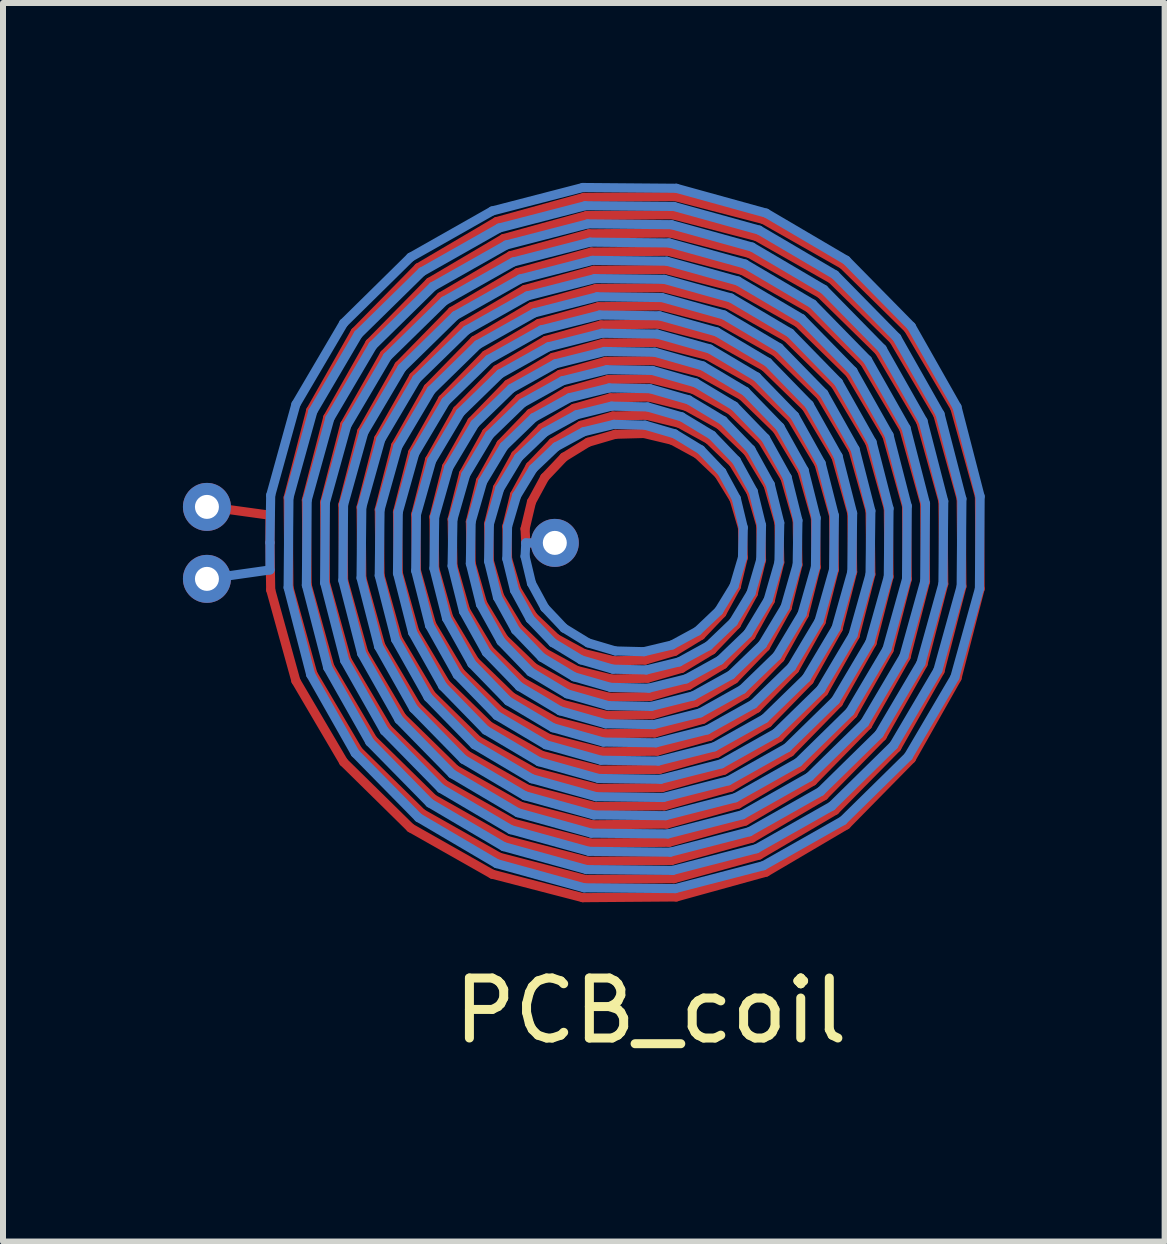
<source format=kicad_pcb>
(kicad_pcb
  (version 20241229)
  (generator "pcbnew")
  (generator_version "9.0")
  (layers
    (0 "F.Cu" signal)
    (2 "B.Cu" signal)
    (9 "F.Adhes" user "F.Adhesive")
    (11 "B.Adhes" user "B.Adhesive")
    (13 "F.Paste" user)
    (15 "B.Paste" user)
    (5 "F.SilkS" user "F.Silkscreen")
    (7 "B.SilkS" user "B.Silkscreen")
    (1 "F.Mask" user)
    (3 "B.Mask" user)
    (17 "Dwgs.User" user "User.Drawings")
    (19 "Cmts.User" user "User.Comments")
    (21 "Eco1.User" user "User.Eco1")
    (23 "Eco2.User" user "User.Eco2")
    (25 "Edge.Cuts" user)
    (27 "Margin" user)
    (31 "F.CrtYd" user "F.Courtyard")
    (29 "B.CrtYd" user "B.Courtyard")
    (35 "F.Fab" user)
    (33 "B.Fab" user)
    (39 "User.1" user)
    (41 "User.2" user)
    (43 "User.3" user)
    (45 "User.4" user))
  (footprint "PCB_coil"
    (layer "F.Cu")
    (at 7.5 6.001)
    (property "Reference" "PCB_coil" (at 0.3 7.8 0) (layer "F.SilkS") (effects (font (size 1 1) (thickness 0.15))))
    (attr exclude_from_pos_files exclude_from_bom)
    (fp_line (start -6.84 -0.57) (end -6.049 -0.461) (stroke (width 0.152) (type solid)) (layer "F.Cu"))
    (fp_line (start -6.049 -0.005) (end -6.049 -0.461) (stroke (width 0.152) (type solid)) (layer "F.Cu"))
    (fp_line (start -6.049 -0.005) (end -6.037 0.783) (stroke (width 0.152) (type solid)) (layer "F.Cu"))
    (fp_line (start -6.037 0.783) (end -5.617 2.3) (stroke (width 0.152) (type solid)) (layer "F.Cu"))
    (fp_line (start -5.746 -0.754) (end -5.733 0.743) (stroke (width 0.152) (type solid)) (layer "F.Cu"))
    (fp_line (start -5.733 0.743) (end -5.334 2.183) (stroke (width 0.152) (type solid)) (layer "F.Cu"))
    (fp_line (start -5.617 2.3) (end -4.821 3.654) (stroke (width 0.152) (type solid)) (layer "F.Cu"))
    (fp_line (start -5.442 -0.714) (end -5.429 0.703) (stroke (width 0.152) (type solid)) (layer "F.Cu"))
    (fp_line (start -5.429 0.703) (end -5.051 2.065) (stroke (width 0.152) (type solid)) (layer "F.Cu"))
    (fp_line (start -5.37 -2.207) (end -5.746 -0.754) (stroke (width 0.152) (type solid)) (layer "F.Cu"))
    (fp_line (start -5.334 2.183) (end -4.578 3.467) (stroke (width 0.152) (type solid)) (layer "F.Cu"))
    (fp_line (start -5.138 -0.674) (end -5.125 0.663) (stroke (width 0.152) (type solid)) (layer "F.Cu"))
    (fp_line (start -5.125 0.663) (end -4.768 1.948) (stroke (width 0.152) (type solid)) (layer "F.Cu"))
    (fp_line (start -5.086 -2.09) (end -5.442 -0.714) (stroke (width 0.152) (type solid)) (layer "F.Cu"))
    (fp_line (start -5.051 2.065) (end -4.335 3.281) (stroke (width 0.152) (type solid)) (layer "F.Cu"))
    (fp_line (start -4.834 -0.634) (end -4.822 0.623) (stroke (width 0.152) (type solid)) (layer "F.Cu"))
    (fp_line (start -4.822 0.623) (end -4.485 1.831) (stroke (width 0.152) (type solid)) (layer "F.Cu"))
    (fp_line (start -4.821 3.654) (end -3.704 4.753) (stroke (width 0.152) (type solid)) (layer "F.Cu"))
    (fp_line (start -4.803 -1.972) (end -5.138 -0.674) (stroke (width 0.152) (type solid)) (layer "F.Cu"))
    (fp_line (start -4.768 1.948) (end -4.092 3.094) (stroke (width 0.152) (type solid)) (layer "F.Cu"))
    (fp_line (start -4.628 -3.516) (end -5.37 -2.207) (stroke (width 0.152) (type solid)) (layer "F.Cu"))
    (fp_line (start -4.578 3.467) (end -3.517 4.51) (stroke (width 0.152) (type solid)) (layer "F.Cu"))
    (fp_line (start -4.53 -0.594) (end -4.518 0.583) (stroke (width 0.152) (type solid)) (layer "F.Cu"))
    (fp_line (start -4.52 -1.855) (end -4.834 -0.634) (stroke (width 0.152) (type solid)) (layer "F.Cu"))
    (fp_line (start -4.518 0.583) (end -4.202 1.714) (stroke (width 0.152) (type solid)) (layer "F.Cu"))
    (fp_line (start -4.485 1.831) (end -3.849 2.908) (stroke (width 0.152) (type solid)) (layer "F.Cu"))
    (fp_line (start -4.385 -3.329) (end -5.086 -2.09) (stroke (width 0.152) (type solid)) (layer "F.Cu"))
    (fp_line (start -4.335 3.281) (end -3.331 4.267) (stroke (width 0.152) (type solid)) (layer "F.Cu"))
    (fp_line (start -4.237 -1.738) (end -4.53 -0.594) (stroke (width 0.152) (type solid)) (layer "F.Cu"))
    (fp_line (start -4.227 -0.554) (end -4.214 0.543) (stroke (width 0.152) (type solid)) (layer "F.Cu"))
    (fp_line (start -4.214 0.543) (end -3.919 1.596) (stroke (width 0.152) (type solid)) (layer "F.Cu"))
    (fp_line (start -4.202 1.714) (end -3.606 2.721) (stroke (width 0.152) (type solid)) (layer "F.Cu"))
    (fp_line (start -4.142 -3.143) (end -4.803 -1.972) (stroke (width 0.152) (type solid)) (layer "F.Cu"))
    (fp_line (start -4.092 3.094) (end -3.144 4.024) (stroke (width 0.152) (type solid)) (layer "F.Cu"))
    (fp_line (start -3.954 -1.621) (end -4.227 -0.554) (stroke (width 0.152) (type solid)) (layer "F.Cu"))
    (fp_line (start -3.923 -0.514) (end -3.91 0.503) (stroke (width 0.152) (type solid)) (layer "F.Cu"))
    (fp_line (start -3.919 1.596) (end -3.362 2.534) (stroke (width 0.152) (type solid)) (layer "F.Cu"))
    (fp_line (start -3.91 0.503) (end -3.636 1.479) (stroke (width 0.152) (type solid)) (layer "F.Cu"))
    (fp_line (start -3.899 -2.956) (end -4.52 -1.855) (stroke (width 0.152) (type solid)) (layer "F.Cu"))
    (fp_line (start -3.849 2.908) (end -2.958 3.78) (stroke (width 0.152) (type solid)) (layer "F.Cu"))
    (fp_line (start -3.704 4.753) (end -2.343 5.524) (stroke (width 0.152) (type solid)) (layer "F.Cu"))
    (fp_line (start -3.671 -1.503) (end -3.923 -0.514) (stroke (width 0.152) (type solid)) (layer "F.Cu"))
    (fp_line (start -3.656 -2.769) (end -4.237 -1.738) (stroke (width 0.152) (type solid)) (layer "F.Cu"))
    (fp_line (start -3.636 1.479) (end -3.119 2.348) (stroke (width 0.152) (type solid)) (layer "F.Cu"))
    (fp_line (start -3.619 -0.474) (end -3.607 0.463) (stroke (width 0.152) (type solid)) (layer "F.Cu"))
    (fp_line (start -3.607 0.463) (end -3.353 1.362) (stroke (width 0.152) (type solid)) (layer "F.Cu"))
    (fp_line (start -3.606 2.721) (end -2.771 3.537) (stroke (width 0.152) (type solid)) (layer "F.Cu"))
    (fp_line (start -3.572 -4.59) (end -4.628 -3.516) (stroke (width 0.152) (type solid)) (layer "F.Cu"))
    (fp_line (start -3.517 4.51) (end -2.226 5.241) (stroke (width 0.152) (type solid)) (layer "F.Cu"))
    (fp_line (start -3.413 -2.583) (end -3.954 -1.621) (stroke (width 0.152) (type solid)) (layer "F.Cu"))
    (fp_line (start -3.388 -1.386) (end -3.619 -0.474) (stroke (width 0.152) (type solid)) (layer "F.Cu"))
    (fp_line (start -3.385 -4.347) (end -4.385 -3.329) (stroke (width 0.152) (type solid)) (layer "F.Cu"))
    (fp_line (start -3.362 2.534) (end -2.585 3.294) (stroke (width 0.152) (type solid)) (layer "F.Cu"))
    (fp_line (start -3.353 1.362) (end -2.876 2.161) (stroke (width 0.152) (type solid)) (layer "F.Cu"))
    (fp_line (start -3.331 4.267) (end -2.109 4.958) (stroke (width 0.152) (type solid)) (layer "F.Cu"))
    (fp_line (start -3.315 -0.434) (end -3.303 0.423) (stroke (width 0.152) (type solid)) (layer "F.Cu"))
    (fp_line (start -3.303 0.423) (end -3.07 1.245) (stroke (width 0.152) (type solid)) (layer "F.Cu"))
    (fp_line (start -3.199 -4.104) (end -4.142 -3.143) (stroke (width 0.152) (type solid)) (layer "F.Cu"))
    (fp_line (start -3.17 -2.397) (end -3.671 -1.503) (stroke (width 0.152) (type solid)) (layer "F.Cu"))
    (fp_line (start -3.144 4.024) (end -1.991 4.675) (stroke (width 0.152) (type solid)) (layer "F.Cu"))
    (fp_line (start -3.119 2.348) (end -2.398 3.051) (stroke (width 0.152) (type solid)) (layer "F.Cu"))
    (fp_line (start -3.105 -1.269) (end -3.315 -0.434) (stroke (width 0.152) (type solid)) (layer "F.Cu"))
    (fp_line (start -3.07 1.245) (end -2.633 1.975) (stroke (width 0.152) (type solid)) (layer "F.Cu"))
    (fp_line (start -3.012 -3.861) (end -3.899 -2.956) (stroke (width 0.152) (type solid)) (layer "F.Cu"))
    (fp_line (start -3.012 -0.394) (end -2.999 0.383) (stroke (width 0.152) (type solid)) (layer "F.Cu"))
    (fp_line (start -2.999 0.383) (end -2.786 1.127) (stroke (width 0.152) (type solid)) (layer "F.Cu"))
    (fp_line (start -2.958 3.78) (end -1.874 4.391) (stroke (width 0.152) (type solid)) (layer "F.Cu"))
    (fp_line (start -2.927 -2.21) (end -3.388 -1.386) (stroke (width 0.152) (type solid)) (layer "F.Cu"))
    (fp_line (start -2.876 2.161) (end -2.212 2.808) (stroke (width 0.152) (type solid)) (layer "F.Cu"))
    (fp_line (start -2.826 -3.618) (end -3.656 -2.769) (stroke (width 0.152) (type solid)) (layer "F.Cu"))
    (fp_line (start -2.822 -1.152) (end -3.012 -0.394) (stroke (width 0.152) (type solid)) (layer "F.Cu"))
    (fp_line (start -2.786 1.127) (end -2.39 1.788) (stroke (width 0.152) (type solid)) (layer "F.Cu"))
    (fp_line (start -2.771 3.537) (end -1.757 4.108) (stroke (width 0.152) (type solid)) (layer "F.Cu"))
    (fp_line (start -2.708 -0.354) (end -2.695 0.343) (stroke (width 0.152) (type solid)) (layer "F.Cu"))
    (fp_line (start -2.695 0.343) (end -2.503 1.01) (stroke (width 0.152) (type solid)) (layer "F.Cu"))
    (fp_line (start -2.684 -2.023) (end -3.105 -1.269) (stroke (width 0.152) (type solid)) (layer "F.Cu"))
    (fp_line (start -2.639 -3.375) (end -3.413 -2.583) (stroke (width 0.152) (type solid)) (layer "F.Cu"))
    (fp_line (start -2.633 1.975) (end -2.025 2.565) (stroke (width 0.152) (type solid)) (layer "F.Cu"))
    (fp_line (start -2.585 3.294) (end -1.64 3.825) (stroke (width 0.152) (type solid)) (layer "F.Cu"))
    (fp_line (start -2.539 -1.034) (end -2.708 -0.354) (stroke (width 0.152) (type solid)) (layer "F.Cu"))
    (fp_line (start -2.503 1.01) (end -2.147 1.602) (stroke (width 0.152) (type solid)) (layer "F.Cu"))
    (fp_line (start -2.453 -3.132) (end -3.17 -2.397) (stroke (width 0.152) (type solid)) (layer "F.Cu"))
    (fp_line (start -2.441 -1.837) (end -2.822 -1.152) (stroke (width 0.152) (type solid)) (layer "F.Cu"))
    (fp_line (start -2.404 -0.314) (end -2.391 0.303) (stroke (width 0.152) (type solid)) (layer "F.Cu"))
    (fp_line (start -2.398 3.051) (end -1.522 3.542) (stroke (width 0.152) (type solid)) (layer "F.Cu"))
    (fp_line (start -2.391 0.303) (end -2.22 0.893) (stroke (width 0.152) (type solid)) (layer "F.Cu"))
    (fp_line (start -2.39 1.788) (end -1.839 2.322) (stroke (width 0.152) (type solid)) (layer "F.Cu"))
    (fp_line (start -2.343 5.524) (end -0.833 5.915) (stroke (width 0.152) (type solid)) (layer "F.Cu"))
    (fp_line (start -2.27 -5.357) (end -3.572 -4.59) (stroke (width 0.152) (type solid)) (layer "F.Cu"))
    (fp_line (start -2.266 -2.889) (end -2.927 -2.21) (stroke (width 0.152) (type solid)) (layer "F.Cu"))
    (fp_line (start -2.256 -0.917) (end -2.404 -0.314) (stroke (width 0.152) (type solid)) (layer "F.Cu"))
    (fp_line (start -2.226 5.241) (end -0.793 5.612) (stroke (width 0.152) (type solid)) (layer "F.Cu"))
    (fp_line (start -2.22 0.893) (end -1.904 1.415) (stroke (width 0.152) (type solid)) (layer "F.Cu"))
    (fp_line (start -2.212 2.808) (end -1.405 3.259) (stroke (width 0.152) (type solid)) (layer "F.Cu"))
    (fp_line (start -2.198 -1.65) (end -2.539 -1.034) (stroke (width 0.152) (type solid)) (layer "F.Cu"))
    (fp_line (start -2.153 -5.074) (end -3.385 -4.347) (stroke (width 0.152) (type solid)) (layer "F.Cu"))
    (fp_line (start -2.147 1.602) (end -1.652 2.079) (stroke (width 0.152) (type solid)) (layer "F.Cu"))
    (fp_line (start -2.109 4.958) (end -0.753 5.308) (stroke (width 0.152) (type solid)) (layer "F.Cu"))
    (fp_line (start -2.1 -0.274) (end -2.088 0.263) (stroke (width 0.152) (type solid)) (layer "F.Cu"))
    (fp_line (start -2.088 0.263) (end -1.937 0.776) (stroke (width 0.152) (type solid)) (layer "F.Cu"))
    (fp_line (start -2.079 -2.646) (end -2.684 -2.023) (stroke (width 0.152) (type solid)) (layer "F.Cu"))
    (fp_line (start -2.035 -4.79) (end -3.199 -4.104) (stroke (width 0.152) (type solid)) (layer "F.Cu"))
    (fp_line (start -2.025 2.565) (end -1.288 2.976) (stroke (width 0.152) (type solid)) (layer "F.Cu"))
    (fp_line (start -1.991 4.675) (end -0.713 5.004) (stroke (width 0.152) (type solid)) (layer "F.Cu"))
    (fp_line (start -1.972 -0.8) (end -2.1 -0.274) (stroke (width 0.152) (type solid)) (layer "F.Cu"))
    (fp_line (start -1.955 -1.464) (end -2.256 -0.917) (stroke (width 0.152) (type solid)) (layer "F.Cu"))
    (fp_line (start -1.937 0.776) (end -1.661 1.229) (stroke (width 0.152) (type solid)) (layer "F.Cu"))
    (fp_line (start -1.918 -4.507) (end -3.012 -3.861) (stroke (width 0.152) (type solid)) (layer "F.Cu"))
    (fp_line (start -1.904 1.415) (end -1.466 1.836) (stroke (width 0.152) (type solid)) (layer "F.Cu"))
    (fp_line (start -1.893 -2.403) (end -2.441 -1.837) (stroke (width 0.152) (type solid)) (layer "F.Cu"))
    (fp_line (start -1.874 4.391) (end -0.673 4.7) (stroke (width 0.152) (type solid)) (layer "F.Cu"))
    (fp_line (start -1.839 2.322) (end -1.171 2.693) (stroke (width 0.152) (type solid)) (layer "F.Cu"))
    (fp_line (start -1.801 -4.224) (end -2.826 -3.618) (stroke (width 0.152) (type solid)) (layer "F.Cu"))
    (fp_line (start -1.796 -0.234) (end -1.784 0) (stroke (width 0.152) (type solid)) (layer "F.Cu"))
    (fp_line (start -1.757 4.108) (end -0.633 4.397) (stroke (width 0.152) (type solid)) (layer "F.Cu"))
    (fp_line (start -1.712 -1.277) (end -1.972 -0.8) (stroke (width 0.152) (type solid)) (layer "F.Cu"))
    (fp_line (start -1.706 -2.159) (end -2.198 -1.65) (stroke (width 0.152) (type solid)) (layer "F.Cu"))
    (fp_line (start -1.689 -0.683) (end -1.796 -0.234) (stroke (width 0.152) (type solid)) (layer "F.Cu"))
    (fp_line (start -1.684 -3.941) (end -2.639 -3.375) (stroke (width 0.152) (type solid)) (layer "F.Cu"))
    (fp_line (start -1.661 1.229) (end -1.279 1.593) (stroke (width 0.152) (type solid)) (layer "F.Cu"))
    (fp_line (start -1.652 2.079) (end -1.053 2.41) (stroke (width 0.152) (type solid)) (layer "F.Cu"))
    (fp_line (start -1.64 3.825) (end -0.593 4.093) (stroke (width 0.152) (type solid)) (layer "F.Cu"))
    (fp_line (start -1.566 -3.658) (end -2.453 -3.132) (stroke (width 0.152) (type solid)) (layer "F.Cu"))
    (fp_line (start -1.522 3.542) (end -0.553 3.789) (stroke (width 0.152) (type solid)) (layer "F.Cu"))
    (fp_line (start -1.52 -1.916) (end -1.955 -1.464) (stroke (width 0.152) (type solid)) (layer "F.Cu"))
    (fp_line (start -1.468 -1.091) (end -1.689 -0.683) (stroke (width 0.152) (type solid)) (layer "F.Cu"))
    (fp_line (start -1.466 1.836) (end -0.936 2.127) (stroke (width 0.152) (type solid)) (layer "F.Cu"))
    (fp_line (start -1.449 -3.375) (end -2.266 -2.889) (stroke (width 0.152) (type solid)) (layer "F.Cu"))
    (fp_line (start -1.405 3.259) (end -0.513 3.485) (stroke (width 0.152) (type solid)) (layer "F.Cu"))
    (fp_line (start -1.333 -1.673) (end -1.712 -1.277) (stroke (width 0.152) (type solid)) (layer "F.Cu"))
    (fp_line (start -1.332 -3.092) (end -2.079 -2.646) (stroke (width 0.152) (type solid)) (layer "F.Cu"))
    (fp_line (start -1.3 0.005) (end -1.784 0) (stroke (width 0.152) (type solid)) (layer "F.Cu"))
    (fp_line (start -1.288 2.976) (end -0.473 3.182) (stroke (width 0.152) (type solid)) (layer "F.Cu"))
    (fp_line (start -1.279 1.593) (end -0.819 1.844) (stroke (width 0.152) (type solid)) (layer "F.Cu"))
    (fp_line (start -1.215 -2.809) (end -1.893 -2.403) (stroke (width 0.152) (type solid)) (layer "F.Cu"))
    (fp_line (start -1.171 2.693) (end -0.433 2.878) (stroke (width 0.152) (type solid)) (layer "F.Cu"))
    (fp_line (start -1.147 -1.43) (end -1.468 -1.091) (stroke (width 0.152) (type solid)) (layer "F.Cu"))
    (fp_line (start -1.097 -2.526) (end -1.706 -2.159) (stroke (width 0.152) (type solid)) (layer "F.Cu"))
    (fp_line (start -1.053 2.41) (end -0.393 2.574) (stroke (width 0.152) (type solid)) (layer "F.Cu"))
    (fp_line (start -0.98 -2.243) (end -1.52 -1.916) (stroke (width 0.152) (type solid)) (layer "F.Cu"))
    (fp_line (start -0.936 2.127) (end -0.353 2.27) (stroke (width 0.152) (type solid)) (layer "F.Cu"))
    (fp_line (start -0.863 -1.96) (end -1.333 -1.673) (stroke (width 0.152) (type solid)) (layer "F.Cu"))
    (fp_line (start -0.833 5.915) (end 0.725 5.903) (stroke (width 0.152) (type solid)) (layer "F.Cu"))
    (fp_line (start -0.819 1.844) (end -0.313 1.966) (stroke (width 0.152) (type solid)) (layer "F.Cu"))
    (fp_line (start -0.811 -5.761) (end -2.27 -5.357) (stroke (width 0.152) (type solid)) (layer "F.Cu"))
    (fp_line (start -0.793 5.612) (end 0.685 5.599) (stroke (width 0.152) (type solid)) (layer "F.Cu"))
    (fp_line (start -0.771 -5.457) (end -2.153 -5.074) (stroke (width 0.152) (type solid)) (layer "F.Cu"))
    (fp_line (start -0.753 5.308) (end 0.645 5.295) (stroke (width 0.152) (type solid)) (layer "F.Cu"))
    (fp_line (start -0.746 -1.677) (end -1.147 -1.43) (stroke (width 0.152) (type solid)) (layer "F.Cu"))
    (fp_line (start -0.731 -5.153) (end -2.035 -4.79) (stroke (width 0.152) (type solid)) (layer "F.Cu"))
    (fp_line (start -0.713 5.004) (end 0.605 4.992) (stroke (width 0.152) (type solid)) (layer "F.Cu"))
    (fp_line (start -0.691 -4.849) (end -1.918 -4.507) (stroke (width 0.152) (type solid)) (layer "F.Cu"))
    (fp_line (start -0.673 4.7) (end 0.565 4.688) (stroke (width 0.152) (type solid)) (layer "F.Cu"))
    (fp_line (start -0.651 -4.545) (end -1.801 -4.224) (stroke (width 0.152) (type solid)) (layer "F.Cu"))
    (fp_line (start -0.633 4.397) (end 0.525 4.384) (stroke (width 0.152) (type solid)) (layer "F.Cu"))
    (fp_line (start -0.611 -4.242) (end -1.684 -3.941) (stroke (width 0.152) (type solid)) (layer "F.Cu"))
    (fp_line (start -0.593 4.093) (end 0.485 4.08) (stroke (width 0.152) (type solid)) (layer "F.Cu"))
    (fp_line (start -0.571 -3.938) (end -1.566 -3.658) (stroke (width 0.152) (type solid)) (layer "F.Cu"))
    (fp_line (start -0.553 3.789) (end 0.445 3.776) (stroke (width 0.152) (type solid)) (layer "F.Cu"))
    (fp_line (start -0.531 -3.634) (end -1.449 -3.375) (stroke (width 0.152) (type solid)) (layer "F.Cu"))
    (fp_line (start -0.513 3.485) (end 0.405 3.473) (stroke (width 0.152) (type solid)) (layer "F.Cu"))
    (fp_line (start -0.491 -3.33) (end -1.332 -3.092) (stroke (width 0.152) (type solid)) (layer "F.Cu"))
    (fp_line (start -0.473 3.182) (end 0.365 3.169) (stroke (width 0.152) (type solid)) (layer "F.Cu"))
    (fp_line (start -0.451 -3.027) (end -1.215 -2.809) (stroke (width 0.152) (type solid)) (layer "F.Cu"))
    (fp_line (start -0.433 2.878) (end 0.325 2.865) (stroke (width 0.152) (type solid)) (layer "F.Cu"))
    (fp_line (start -0.411 -2.723) (end -1.097 -2.526) (stroke (width 0.152) (type solid)) (layer "F.Cu"))
    (fp_line (start -0.393 2.574) (end 0.285 2.561) (stroke (width 0.152) (type solid)) (layer "F.Cu"))
    (fp_line (start -0.371 -2.419) (end -0.98 -2.243) (stroke (width 0.152) (type solid)) (layer "F.Cu"))
    (fp_line (start -0.353 2.27) (end 0.245 2.257) (stroke (width 0.152) (type solid)) (layer "F.Cu"))
    (fp_line (start -0.331 -2.115) (end -0.863 -1.96) (stroke (width 0.152) (type solid)) (layer "F.Cu"))
    (fp_line (start -0.313 1.966) (end 0.205 1.954) (stroke (width 0.152) (type solid)) (layer "F.Cu"))
    (fp_line (start -0.291 -1.811) (end -0.746 -1.677) (stroke (width 0.152) (type solid)) (layer "F.Cu"))
    (fp_line (start 0.186 -1.824) (end -0.291 -1.811) (stroke (width 0.152) (type solid)) (layer "F.Cu"))
    (fp_line (start 0.205 1.954) (end 0.698 1.808) (stroke (width 0.152) (type solid)) (layer "F.Cu"))
    (fp_line (start 0.226 -2.128) (end -0.331 -2.115) (stroke (width 0.152) (type solid)) (layer "F.Cu"))
    (fp_line (start 0.245 2.257) (end 0.815 2.091) (stroke (width 0.152) (type solid)) (layer "F.Cu"))
    (fp_line (start 0.266 -2.432) (end -0.371 -2.419) (stroke (width 0.152) (type solid)) (layer "F.Cu"))
    (fp_line (start 0.285 2.561) (end 0.932 2.375) (stroke (width 0.152) (type solid)) (layer "F.Cu"))
    (fp_line (start 0.306 -2.735) (end -0.411 -2.723) (stroke (width 0.152) (type solid)) (layer "F.Cu"))
    (fp_line (start 0.325 2.865) (end 1.05 2.658) (stroke (width 0.152) (type solid)) (layer "F.Cu"))
    (fp_line (start 0.346 -3.039) (end -0.451 -3.027) (stroke (width 0.152) (type solid)) (layer "F.Cu"))
    (fp_line (start 0.365 3.169) (end 1.167 2.941) (stroke (width 0.152) (type solid)) (layer "F.Cu"))
    (fp_line (start 0.386 -3.343) (end -0.491 -3.33) (stroke (width 0.152) (type solid)) (layer "F.Cu"))
    (fp_line (start 0.405 3.473) (end 1.284 3.224) (stroke (width 0.152) (type solid)) (layer "F.Cu"))
    (fp_line (start 0.426 -3.647) (end -0.531 -3.634) (stroke (width 0.152) (type solid)) (layer "F.Cu"))
    (fp_line (start 0.445 3.776) (end 1.401 3.507) (stroke (width 0.152) (type solid)) (layer "F.Cu"))
    (fp_line (start 0.466 -3.951) (end -0.571 -3.938) (stroke (width 0.152) (type solid)) (layer "F.Cu"))
    (fp_line (start 0.485 4.08) (end 1.519 3.79) (stroke (width 0.152) (type solid)) (layer "F.Cu"))
    (fp_line (start 0.506 -4.254) (end -0.611 -4.242) (stroke (width 0.152) (type solid)) (layer "F.Cu"))
    (fp_line (start 0.525 4.384) (end 1.636 4.073) (stroke (width 0.152) (type solid)) (layer "F.Cu"))
    (fp_line (start 0.546 -4.558) (end -0.651 -4.545) (stroke (width 0.152) (type solid)) (layer "F.Cu"))
    (fp_line (start 0.565 4.688) (end 1.753 4.356) (stroke (width 0.152) (type solid)) (layer "F.Cu"))
    (fp_line (start 0.586 -4.862) (end -0.691 -4.849) (stroke (width 0.152) (type solid)) (layer "F.Cu"))
    (fp_line (start 0.605 4.992) (end 1.871 4.639) (stroke (width 0.152) (type solid)) (layer "F.Cu"))
    (fp_line (start 0.626 -5.166) (end -0.731 -5.153) (stroke (width 0.152) (type solid)) (layer "F.Cu"))
    (fp_line (start 0.645 5.295) (end 1.988 4.922) (stroke (width 0.152) (type solid)) (layer "F.Cu"))
    (fp_line (start 0.654 -1.712) (end 0.186 -1.824) (stroke (width 0.152) (type solid)) (layer "F.Cu"))
    (fp_line (start 0.666 -5.47) (end -0.771 -5.457) (stroke (width 0.152) (type solid)) (layer "F.Cu"))
    (fp_line (start 0.685 5.599) (end 2.105 5.205) (stroke (width 0.152) (type solid)) (layer "F.Cu"))
    (fp_line (start 0.698 1.808) (end 1.134 1.542) (stroke (width 0.152) (type solid)) (layer "F.Cu"))
    (fp_line (start 0.706 -5.773) (end -0.811 -5.761) (stroke (width 0.152) (type solid)) (layer "F.Cu"))
    (fp_line (start 0.725 5.903) (end 2.222 5.489) (stroke (width 0.152) (type solid)) (layer "F.Cu"))
    (fp_line (start 0.771 -1.995) (end 0.226 -2.128) (stroke (width 0.152) (type solid)) (layer "F.Cu"))
    (fp_line (start 0.815 2.091) (end 1.32 1.785) (stroke (width 0.152) (type solid)) (layer "F.Cu"))
    (fp_line (start 0.888 -2.278) (end 0.266 -2.432) (stroke (width 0.152) (type solid)) (layer "F.Cu"))
    (fp_line (start 0.932 2.375) (end 1.507 2.028) (stroke (width 0.152) (type solid)) (layer "F.Cu"))
    (fp_line (start 1.006 -2.561) (end 0.306 -2.735) (stroke (width 0.152) (type solid)) (layer "F.Cu"))
    (fp_line (start 1.05 2.658) (end 1.693 2.271) (stroke (width 0.152) (type solid)) (layer "F.Cu"))
    (fp_line (start 1.079 -1.481) (end 0.654 -1.712) (stroke (width 0.152) (type solid)) (layer "F.Cu"))
    (fp_line (start 1.123 -2.844) (end 0.346 -3.039) (stroke (width 0.152) (type solid)) (layer "F.Cu"))
    (fp_line (start 1.134 1.542) (end 1.484 1.174) (stroke (width 0.152) (type solid)) (layer "F.Cu"))
    (fp_line (start 1.167 2.941) (end 1.88 2.514) (stroke (width 0.152) (type solid)) (layer "F.Cu"))
    (fp_line (start 1.24 -3.127) (end 0.386 -3.343) (stroke (width 0.152) (type solid)) (layer "F.Cu"))
    (fp_line (start 1.266 -1.724) (end 0.771 -1.995) (stroke (width 0.152) (type solid)) (layer "F.Cu"))
    (fp_line (start 1.284 3.224) (end 2.067 2.757) (stroke (width 0.152) (type solid)) (layer "F.Cu"))
    (fp_line (start 1.32 1.785) (end 1.727 1.361) (stroke (width 0.152) (type solid)) (layer "F.Cu"))
    (fp_line (start 1.357 -3.41) (end 0.426 -3.647) (stroke (width 0.152) (type solid)) (layer "F.Cu"))
    (fp_line (start 1.401 3.507) (end 2.253 3.001) (stroke (width 0.152) (type solid)) (layer "F.Cu"))
    (fp_line (start 1.433 -1.145) (end 1.079 -1.481) (stroke (width 0.152) (type solid)) (layer "F.Cu"))
    (fp_line (start 1.452 -1.967) (end 0.888 -2.278) (stroke (width 0.152) (type solid)) (layer "F.Cu"))
    (fp_line (start 1.475 -3.693) (end 0.466 -3.951) (stroke (width 0.152) (type solid)) (layer "F.Cu"))
    (fp_line (start 1.484 1.174) (end 1.725 0.732) (stroke (width 0.152) (type solid)) (layer "F.Cu"))
    (fp_line (start 1.507 2.028) (end 1.97 1.548) (stroke (width 0.152) (type solid)) (layer "F.Cu"))
    (fp_line (start 1.519 3.79) (end 2.44 3.244) (stroke (width 0.152) (type solid)) (layer "F.Cu"))
    (fp_line (start 1.592 -3.977) (end 0.506 -4.254) (stroke (width 0.152) (type solid)) (layer "F.Cu"))
    (fp_line (start 1.636 4.073) (end 2.626 3.487) (stroke (width 0.152) (type solid)) (layer "F.Cu"))
    (fp_line (start 1.639 -2.21) (end 1.006 -2.561) (stroke (width 0.152) (type solid)) (layer "F.Cu"))
    (fp_line (start 1.676 -1.332) (end 1.266 -1.724) (stroke (width 0.152) (type solid)) (layer "F.Cu"))
    (fp_line (start 1.689 -0.727) (end 1.433 -1.145) (stroke (width 0.152) (type solid)) (layer "F.Cu"))
    (fp_line (start 1.693 2.271) (end 2.213 1.734) (stroke (width 0.152) (type solid)) (layer "F.Cu"))
    (fp_line (start 1.709 -4.26) (end 0.546 -4.558) (stroke (width 0.152) (type solid)) (layer "F.Cu"))
    (fp_line (start 1.725 0.732) (end 1.842 0.245) (stroke (width 0.152) (type solid)) (layer "F.Cu"))
    (fp_line (start 1.727 1.361) (end 2.008 0.849) (stroke (width 0.152) (type solid)) (layer "F.Cu"))
    (fp_line (start 1.753 4.356) (end 2.813 3.73) (stroke (width 0.152) (type solid)) (layer "F.Cu"))
    (fp_line (start 1.826 -2.453) (end 1.123 -2.844) (stroke (width 0.152) (type solid)) (layer "F.Cu"))
    (fp_line (start 1.827 -4.543) (end 0.586 -4.862) (stroke (width 0.152) (type solid)) (layer "F.Cu"))
    (fp_line (start 1.829 -0.253) (end 1.689 -0.727) (stroke (width 0.152) (type solid)) (layer "F.Cu"))
    (fp_line (start 1.842 0.245) (end 1.829 -0.253) (stroke (width 0.152) (type solid)) (layer "F.Cu"))
    (fp_line (start 1.871 4.639) (end 2.999 3.973) (stroke (width 0.152) (type solid)) (layer "F.Cu"))
    (fp_line (start 1.88 2.514) (end 2.456 1.921) (stroke (width 0.152) (type solid)) (layer "F.Cu"))
    (fp_line (start 1.919 -1.518) (end 1.452 -1.967) (stroke (width 0.152) (type solid)) (layer "F.Cu"))
    (fp_line (start 1.944 -4.826) (end 0.626 -5.166) (stroke (width 0.152) (type solid)) (layer "F.Cu"))
    (fp_line (start 1.97 1.548) (end 2.291 0.966) (stroke (width 0.152) (type solid)) (layer "F.Cu"))
    (fp_line (start 1.972 -0.844) (end 1.676 -1.332) (stroke (width 0.152) (type solid)) (layer "F.Cu"))
    (fp_line (start 1.988 4.922) (end 3.186 4.216) (stroke (width 0.152) (type solid)) (layer "F.Cu"))
    (fp_line (start 2.008 0.849) (end 2.146 0.285) (stroke (width 0.152) (type solid)) (layer "F.Cu"))
    (fp_line (start 2.012 -2.696) (end 1.24 -3.127) (stroke (width 0.152) (type solid)) (layer "F.Cu"))
    (fp_line (start 2.061 -5.109) (end 0.666 -5.47) (stroke (width 0.152) (type solid)) (layer "F.Cu"))
    (fp_line (start 2.067 2.757) (end 2.699 2.107) (stroke (width 0.152) (type solid)) (layer "F.Cu"))
    (fp_line (start 2.105 5.205) (end 3.372 4.459) (stroke (width 0.152) (type solid)) (layer "F.Cu"))
    (fp_line (start 2.133 -0.293) (end 1.972 -0.844) (stroke (width 0.152) (type solid)) (layer "F.Cu"))
    (fp_line (start 2.146 0.285) (end 2.133 -0.293) (stroke (width 0.152) (type solid)) (layer "F.Cu"))
    (fp_line (start 2.162 -1.705) (end 1.639 -2.21) (stroke (width 0.152) (type solid)) (layer "F.Cu"))
    (fp_line (start 2.178 -5.392) (end 0.706 -5.773) (stroke (width 0.152) (type solid)) (layer "F.Cu"))
    (fp_line (start 2.199 -2.939) (end 1.357 -3.41) (stroke (width 0.152) (type solid)) (layer "F.Cu"))
    (fp_line (start 2.213 1.734) (end 2.574 1.083) (stroke (width 0.152) (type solid)) (layer "F.Cu"))
    (fp_line (start 2.222 5.489) (end 3.559 4.702) (stroke (width 0.152) (type solid)) (layer "F.Cu"))
    (fp_line (start 2.253 3.001) (end 2.942 2.294) (stroke (width 0.152) (type solid)) (layer "F.Cu"))
    (fp_line (start 2.256 -0.961) (end 1.919 -1.518) (stroke (width 0.152) (type solid)) (layer "F.Cu"))
    (fp_line (start 2.291 0.966) (end 2.45 0.325) (stroke (width 0.152) (type solid)) (layer "F.Cu"))
    (fp_line (start 2.385 -3.183) (end 1.475 -3.693) (stroke (width 0.152) (type solid)) (layer "F.Cu"))
    (fp_line (start 2.405 -1.891) (end 1.826 -2.453) (stroke (width 0.152) (type solid)) (layer "F.Cu"))
    (fp_line (start 2.437 -0.333) (end 2.256 -0.961) (stroke (width 0.152) (type solid)) (layer "F.Cu"))
    (fp_line (start 2.44 3.244) (end 3.185 2.48) (stroke (width 0.152) (type solid)) (layer "F.Cu"))
    (fp_line (start 2.45 0.325) (end 2.437 -0.333) (stroke (width 0.152) (type solid)) (layer "F.Cu"))
    (fp_line (start 2.456 1.921) (end 2.857 1.201) (stroke (width 0.152) (type solid)) (layer "F.Cu"))
    (fp_line (start 2.539 -1.078) (end 2.162 -1.705) (stroke (width 0.152) (type solid)) (layer "F.Cu"))
    (fp_line (start 2.572 -3.426) (end 1.592 -3.977) (stroke (width 0.152) (type solid)) (layer "F.Cu"))
    (fp_line (start 2.574 1.083) (end 2.753 0.365) (stroke (width 0.152) (type solid)) (layer "F.Cu"))
    (fp_line (start 2.626 3.487) (end 3.428 2.667) (stroke (width 0.152) (type solid)) (layer "F.Cu"))
    (fp_line (start 2.648 -2.078) (end 2.012 -2.696) (stroke (width 0.152) (type solid)) (layer "F.Cu"))
    (fp_line (start 2.699 2.107) (end 3.14 1.318) (stroke (width 0.152) (type solid)) (layer "F.Cu"))
    (fp_line (start 2.741 -0.373) (end 2.539 -1.078) (stroke (width 0.152) (type solid)) (layer "F.Cu"))
    (fp_line (start 2.753 0.365) (end 2.741 -0.373) (stroke (width 0.152) (type solid)) (layer "F.Cu"))
    (fp_line (start 2.758 -3.669) (end 1.709 -4.26) (stroke (width 0.152) (type solid)) (layer "F.Cu"))
    (fp_line (start 2.813 3.73) (end 3.671 2.853) (stroke (width 0.152) (type solid)) (layer "F.Cu"))
    (fp_line (start 2.822 -1.196) (end 2.405 -1.891) (stroke (width 0.152) (type solid)) (layer "F.Cu"))
    (fp_line (start 2.857 1.201) (end 3.057 0.405) (stroke (width 0.152) (type solid)) (layer "F.Cu"))
    (fp_line (start 2.892 -2.264) (end 2.199 -2.939) (stroke (width 0.152) (type solid)) (layer "F.Cu"))
    (fp_line (start 2.942 2.294) (end 3.423 1.435) (stroke (width 0.152) (type solid)) (layer "F.Cu"))
    (fp_line (start 2.945 -3.912) (end 1.827 -4.543) (stroke (width 0.152) (type solid)) (layer "F.Cu"))
    (fp_line (start 2.999 3.973) (end 3.914 3.04) (stroke (width 0.152) (type solid)) (layer "F.Cu"))
    (fp_line (start 3.045 -0.413) (end 2.822 -1.196) (stroke (width 0.152) (type solid)) (layer "F.Cu"))
    (fp_line (start 3.057 0.405) (end 3.045 -0.413) (stroke (width 0.152) (type solid)) (layer "F.Cu"))
    (fp_line (start 3.105 -1.313) (end 2.648 -2.078) (stroke (width 0.152) (type solid)) (layer "F.Cu"))
    (fp_line (start 3.131 -4.155) (end 1.944 -4.826) (stroke (width 0.152) (type solid)) (layer "F.Cu"))
    (fp_line (start 3.135 -2.451) (end 2.385 -3.183) (stroke (width 0.152) (type solid)) (layer "F.Cu"))
    (fp_line (start 3.14 1.318) (end 3.361 0.445) (stroke (width 0.152) (type solid)) (layer "F.Cu"))
    (fp_line (start 3.185 2.48) (end 3.706 1.552) (stroke (width 0.152) (type solid)) (layer "F.Cu"))
    (fp_line (start 3.186 4.216) (end 4.158 3.226) (stroke (width 0.152) (type solid)) (layer "F.Cu"))
    (fp_line (start 3.318 -4.398) (end 2.061 -5.109) (stroke (width 0.152) (type solid)) (layer "F.Cu"))
    (fp_line (start 3.348 -0.453) (end 3.105 -1.313) (stroke (width 0.152) (type solid)) (layer "F.Cu"))
    (fp_line (start 3.361 0.445) (end 3.348 -0.453) (stroke (width 0.152) (type solid)) (layer "F.Cu"))
    (fp_line (start 3.372 4.459) (end 4.401 3.413) (stroke (width 0.152) (type solid)) (layer "F.Cu"))
    (fp_line (start 3.378 -2.637) (end 2.572 -3.426) (stroke (width 0.152) (type solid)) (layer "F.Cu"))
    (fp_line (start 3.388 -1.43) (end 2.892 -2.264) (stroke (width 0.152) (type solid)) (layer "F.Cu"))
    (fp_line (start 3.423 1.435) (end 3.665 0.485) (stroke (width 0.152) (type solid)) (layer "F.Cu"))
    (fp_line (start 3.428 2.667) (end 3.989 1.67) (stroke (width 0.152) (type solid)) (layer "F.Cu"))
    (fp_line (start 3.504 -4.641) (end 2.178 -5.392) (stroke (width 0.152) (type solid)) (layer "F.Cu"))
    (fp_line (start 3.559 4.702) (end 4.644 3.599) (stroke (width 0.152) (type solid)) (layer "F.Cu"))
    (fp_line (start 3.621 -2.824) (end 2.758 -3.669) (stroke (width 0.152) (type solid)) (layer "F.Cu"))
    (fp_line (start 3.652 -0.493) (end 3.388 -1.43) (stroke (width 0.152) (type solid)) (layer "F.Cu"))
    (fp_line (start 3.665 0.485) (end 3.652 -0.493) (stroke (width 0.152) (type solid)) (layer "F.Cu"))
    (fp_line (start 3.671 -1.547) (end 3.135 -2.451) (stroke (width 0.152) (type solid)) (layer "F.Cu"))
    (fp_line (start 3.671 2.853) (end 4.272 1.787) (stroke (width 0.152) (type solid)) (layer "F.Cu"))
    (fp_line (start 3.706 1.552) (end 3.969 0.525) (stroke (width 0.152) (type solid)) (layer "F.Cu"))
    (fp_line (start 3.864 -3.01) (end 2.945 -3.912) (stroke (width 0.152) (type solid)) (layer "F.Cu"))
    (fp_line (start 3.914 3.04) (end 4.556 1.904) (stroke (width 0.152) (type solid)) (layer "F.Cu"))
    (fp_line (start 3.954 -1.665) (end 3.378 -2.637) (stroke (width 0.152) (type solid)) (layer "F.Cu"))
    (fp_line (start 3.956 -0.533) (end 3.671 -1.547) (stroke (width 0.152) (type solid)) (layer "F.Cu"))
    (fp_line (start 3.969 0.525) (end 3.956 -0.533) (stroke (width 0.152) (type solid)) (layer "F.Cu"))
    (fp_line (start 3.989 1.67) (end 4.272 0.565) (stroke (width 0.152) (type solid)) (layer "F.Cu"))
    (fp_line (start 4.107 -3.197) (end 3.131 -4.155) (stroke (width 0.152) (type solid)) (layer "F.Cu"))
    (fp_line (start 4.158 3.226) (end 4.839 2.021) (stroke (width 0.152) (type solid)) (layer "F.Cu"))
    (fp_line (start 4.237 -1.782) (end 3.621 -2.824) (stroke (width 0.152) (type solid)) (layer "F.Cu"))
    (fp_line (start 4.26 -0.573) (end 3.954 -1.665) (stroke (width 0.152) (type solid)) (layer "F.Cu"))
    (fp_line (start 4.272 0.565) (end 4.26 -0.573) (stroke (width 0.152) (type solid)) (layer "F.Cu"))
    (fp_line (start 4.272 1.787) (end 4.576 0.605) (stroke (width 0.152) (type solid)) (layer "F.Cu"))
    (fp_line (start 4.35 -3.384) (end 3.318 -4.398) (stroke (width 0.152) (type solid)) (layer "F.Cu"))
    (fp_line (start 4.401 3.413) (end 5.122 2.139) (stroke (width 0.152) (type solid)) (layer "F.Cu"))
    (fp_line (start 4.52 -1.899) (end 3.864 -3.01) (stroke (width 0.152) (type solid)) (layer "F.Cu"))
    (fp_line (start 4.556 1.904) (end 4.88 0.645) (stroke (width 0.152) (type solid)) (layer "F.Cu"))
    (fp_line (start 4.564 -0.613) (end 4.237 -1.782) (stroke (width 0.152) (type solid)) (layer "F.Cu"))
    (fp_line (start 4.576 0.605) (end 4.564 -0.613) (stroke (width 0.152) (type solid)) (layer "F.Cu"))
    (fp_line (start 4.593 -3.57) (end 3.504 -4.641) (stroke (width 0.152) (type solid)) (layer "F.Cu"))
    (fp_line (start 4.644 3.599) (end 5.405 2.256) (stroke (width 0.152) (type solid)) (layer "F.Cu"))
    (fp_line (start 4.803 -2.016) (end 4.107 -3.197) (stroke (width 0.152) (type solid)) (layer "F.Cu"))
    (fp_line (start 4.839 2.021) (end 5.184 0.685) (stroke (width 0.152) (type solid)) (layer "F.Cu"))
    (fp_line (start 4.867 -0.653) (end 4.52 -1.899) (stroke (width 0.152) (type solid)) (layer "F.Cu"))
    (fp_line (start 4.88 0.645) (end 4.867 -0.653) (stroke (width 0.152) (type solid)) (layer "F.Cu"))
    (fp_line (start 5.086 -2.134) (end 4.35 -3.384) (stroke (width 0.152) (type solid)) (layer "F.Cu"))
    (fp_line (start 5.122 2.139) (end 5.487 0.725) (stroke (width 0.152) (type solid)) (layer "F.Cu"))
    (fp_line (start 5.171 -0.693) (end 4.803 -2.016) (stroke (width 0.152) (type solid)) (layer "F.Cu"))
    (fp_line (start 5.184 0.685) (end 5.171 -0.693) (stroke (width 0.152) (type solid)) (layer "F.Cu"))
    (fp_line (start 5.369 -2.251) (end 4.593 -3.57) (stroke (width 0.152) (type solid)) (layer "F.Cu"))
    (fp_line (start 5.405 2.256) (end 5.791 0.765) (stroke (width 0.152) (type solid)) (layer "F.Cu"))
    (fp_line (start 5.475 -0.733) (end 5.086 -2.134) (stroke (width 0.152) (type solid)) (layer "F.Cu"))
    (fp_line (start 5.487 0.725) (end 5.475 -0.733) (stroke (width 0.152) (type solid)) (layer "F.Cu"))
    (fp_line (start 5.779 -0.773) (end 5.369 -2.251) (stroke (width 0.152) (type solid)) (layer "F.Cu"))
    (fp_line (start 5.791 0.765) (end 5.779 -0.773) (stroke (width 0.152) (type solid)) (layer "F.Cu"))
    (fp_line (start -7.1 0.6) (end -6.049 0.451) (stroke (width 0.152) (type solid)) (layer "B.Cu"))
    (fp_line (start -6.049 -0.005) (end -6.049 0.451) (stroke (width 0.152) (type solid)) (layer "B.Cu"))
    (fp_line (start -6.049 -0.005) (end -6.037 -0.793) (stroke (width 0.152) (type solid)) (layer "B.Cu"))
    (fp_line (start -6.037 -0.793) (end -5.617 -2.309) (stroke (width 0.152) (type solid)) (layer "B.Cu"))
    (fp_line (start -5.746 0.745) (end -5.733 -0.753) (stroke (width 0.152) (type solid)) (layer "B.Cu"))
    (fp_line (start -5.733 -0.753) (end -5.334 -2.192) (stroke (width 0.152) (type solid)) (layer "B.Cu"))
    (fp_line (start -5.617 -2.309) (end -4.821 -3.663) (stroke (width 0.152) (type solid)) (layer "B.Cu"))
    (fp_line (start -5.442 0.705) (end -5.429 -0.713) (stroke (width 0.152) (type solid)) (layer "B.Cu"))
    (fp_line (start -5.429 -0.713) (end -5.051 -2.075) (stroke (width 0.152) (type solid)) (layer "B.Cu"))
    (fp_line (start -5.37 2.197) (end -5.746 0.745) (stroke (width 0.152) (type solid)) (layer "B.Cu"))
    (fp_line (start -5.334 -2.192) (end -4.578 -3.477) (stroke (width 0.152) (type solid)) (layer "B.Cu"))
    (fp_line (start -5.138 0.665) (end -5.125 -0.673) (stroke (width 0.152) (type solid)) (layer "B.Cu"))
    (fp_line (start -5.125 -0.673) (end -4.768 -1.958) (stroke (width 0.152) (type solid)) (layer "B.Cu"))
    (fp_line (start -5.086 2.08) (end -5.442 0.705) (stroke (width 0.152) (type solid)) (layer "B.Cu"))
    (fp_line (start -5.051 -2.075) (end -4.335 -3.29) (stroke (width 0.152) (type solid)) (layer "B.Cu"))
    (fp_line (start -4.834 0.625) (end -4.822 -0.633) (stroke (width 0.152) (type solid)) (layer "B.Cu"))
    (fp_line (start -4.822 -0.633) (end -4.485 -1.841) (stroke (width 0.152) (type solid)) (layer "B.Cu"))
    (fp_line (start -4.821 -3.663) (end -3.704 -4.763) (stroke (width 0.152) (type solid)) (layer "B.Cu"))
    (fp_line (start -4.803 1.963) (end -5.138 0.665) (stroke (width 0.152) (type solid)) (layer "B.Cu"))
    (fp_line (start -4.768 -1.958) (end -4.092 -3.104) (stroke (width 0.152) (type solid)) (layer "B.Cu"))
    (fp_line (start -4.628 3.506) (end -5.37 2.197) (stroke (width 0.152) (type solid)) (layer "B.Cu"))
    (fp_line (start -4.578 -3.477) (end -3.517 -4.519) (stroke (width 0.152) (type solid)) (layer "B.Cu"))
    (fp_line (start -4.53 0.585) (end -4.518 -0.593) (stroke (width 0.152) (type solid)) (layer "B.Cu"))
    (fp_line (start -4.52 1.845) (end -4.834 0.625) (stroke (width 0.152) (type solid)) (layer "B.Cu"))
    (fp_line (start -4.518 -0.593) (end -4.202 -1.723) (stroke (width 0.152) (type solid)) (layer "B.Cu"))
    (fp_line (start -4.485 -1.841) (end -3.849 -2.917) (stroke (width 0.152) (type solid)) (layer "B.Cu"))
    (fp_line (start -4.385 3.32) (end -5.086 2.08) (stroke (width 0.152) (type solid)) (layer "B.Cu"))
    (fp_line (start -4.335 -3.29) (end -3.331 -4.276) (stroke (width 0.152) (type solid)) (layer "B.Cu"))
    (fp_line (start -4.237 1.728) (end -4.53 0.585) (stroke (width 0.152) (type solid)) (layer "B.Cu"))
    (fp_line (start -4.227 0.545) (end -4.214 -0.553) (stroke (width 0.152) (type solid)) (layer "B.Cu"))
    (fp_line (start -4.214 -0.553) (end -3.919 -1.606) (stroke (width 0.152) (type solid)) (layer "B.Cu"))
    (fp_line (start -4.202 -1.723) (end -3.606 -2.731) (stroke (width 0.152) (type solid)) (layer "B.Cu"))
    (fp_line (start -4.142 3.133) (end -4.803 1.963) (stroke (width 0.152) (type solid)) (layer "B.Cu"))
    (fp_line (start -4.092 -3.104) (end -3.144 -4.033) (stroke (width 0.152) (type solid)) (layer "B.Cu"))
    (fp_line (start -3.954 1.611) (end -4.227 0.545) (stroke (width 0.152) (type solid)) (layer "B.Cu"))
    (fp_line (start -3.923 0.505) (end -3.91 -0.513) (stroke (width 0.152) (type solid)) (layer "B.Cu"))
    (fp_line (start -3.919 -1.606) (end -3.362 -2.544) (stroke (width 0.152) (type solid)) (layer "B.Cu"))
    (fp_line (start -3.91 -0.513) (end -3.636 -1.489) (stroke (width 0.152) (type solid)) (layer "B.Cu"))
    (fp_line (start -3.899 2.946) (end -4.52 1.845) (stroke (width 0.152) (type solid)) (layer "B.Cu"))
    (fp_line (start -3.849 -2.917) (end -2.958 -3.79) (stroke (width 0.152) (type solid)) (layer "B.Cu"))
    (fp_line (start -3.704 -4.763) (end -2.343 -5.534) (stroke (width 0.152) (type solid)) (layer "B.Cu"))
    (fp_line (start -3.671 1.494) (end -3.923 0.505) (stroke (width 0.152) (type solid)) (layer "B.Cu"))
    (fp_line (start -3.656 2.76) (end -4.237 1.728) (stroke (width 0.152) (type solid)) (layer "B.Cu"))
    (fp_line (start -3.636 -1.489) (end -3.119 -2.358) (stroke (width 0.152) (type solid)) (layer "B.Cu"))
    (fp_line (start -3.619 0.465) (end -3.607 -0.473) (stroke (width 0.152) (type solid)) (layer "B.Cu"))
    (fp_line (start -3.607 -0.473) (end -3.353 -1.371) (stroke (width 0.152) (type solid)) (layer "B.Cu"))
    (fp_line (start -3.606 -2.731) (end -2.771 -3.547) (stroke (width 0.152) (type solid)) (layer "B.Cu"))
    (fp_line (start -3.572 4.581) (end -4.628 3.506) (stroke (width 0.152) (type solid)) (layer "B.Cu"))
    (fp_line (start -3.517 -4.519) (end -2.226 -5.25) (stroke (width 0.152) (type solid)) (layer "B.Cu"))
    (fp_line (start -3.413 2.573) (end -3.954 1.611) (stroke (width 0.152) (type solid)) (layer "B.Cu"))
    (fp_line (start -3.388 1.377) (end -3.619 0.465) (stroke (width 0.152) (type solid)) (layer "B.Cu"))
    (fp_line (start -3.385 4.338) (end -4.385 3.32) (stroke (width 0.152) (type solid)) (layer "B.Cu"))
    (fp_line (start -3.362 -2.544) (end -2.585 -3.304) (stroke (width 0.152) (type solid)) (layer "B.Cu"))
    (fp_line (start -3.353 -1.371) (end -2.876 -2.171) (stroke (width 0.152) (type solid)) (layer "B.Cu"))
    (fp_line (start -3.331 -4.276) (end -2.109 -4.967) (stroke (width 0.152) (type solid)) (layer "B.Cu"))
    (fp_line (start -3.315 0.425) (end -3.303 -0.433) (stroke (width 0.152) (type solid)) (layer "B.Cu"))
    (fp_line (start -3.303 -0.433) (end -3.07 -1.254) (stroke (width 0.152) (type solid)) (layer "B.Cu"))
    (fp_line (start -3.199 4.095) (end -4.142 3.133) (stroke (width 0.152) (type solid)) (layer "B.Cu"))
    (fp_line (start -3.17 2.387) (end -3.671 1.494) (stroke (width 0.152) (type solid)) (layer "B.Cu"))
    (fp_line (start -3.144 -4.033) (end -1.991 -4.684) (stroke (width 0.152) (type solid)) (layer "B.Cu"))
    (fp_line (start -3.119 -2.358) (end -2.398 -3.061) (stroke (width 0.152) (type solid)) (layer "B.Cu"))
    (fp_line (start -3.105 1.259) (end -3.315 0.425) (stroke (width 0.152) (type solid)) (layer "B.Cu"))
    (fp_line (start -3.07 -1.254) (end -2.633 -1.985) (stroke (width 0.152) (type solid)) (layer "B.Cu"))
    (fp_line (start -3.012 3.851) (end -3.899 2.946) (stroke (width 0.152) (type solid)) (layer "B.Cu"))
    (fp_line (start -3.012 0.385) (end -2.999 -0.393) (stroke (width 0.152) (type solid)) (layer "B.Cu"))
    (fp_line (start -2.999 -0.393) (end -2.786 -1.137) (stroke (width 0.152) (type solid)) (layer "B.Cu"))
    (fp_line (start -2.958 -3.79) (end -1.874 -4.401) (stroke (width 0.152) (type solid)) (layer "B.Cu"))
    (fp_line (start -2.927 2.2) (end -3.388 1.377) (stroke (width 0.152) (type solid)) (layer "B.Cu"))
    (fp_line (start -2.876 -2.171) (end -2.212 -2.818) (stroke (width 0.152) (type solid)) (layer "B.Cu"))
    (fp_line (start -2.826 3.608) (end -3.656 2.76) (stroke (width 0.152) (type solid)) (layer "B.Cu"))
    (fp_line (start -2.822 1.142) (end -3.012 0.385) (stroke (width 0.152) (type solid)) (layer "B.Cu"))
    (fp_line (start -2.786 -1.137) (end -2.39 -1.798) (stroke (width 0.152) (type solid)) (layer "B.Cu"))
    (fp_line (start -2.771 -3.547) (end -1.757 -4.118) (stroke (width 0.152) (type solid)) (layer "B.Cu"))
    (fp_line (start -2.708 0.345) (end -2.695 -0.353) (stroke (width 0.152) (type solid)) (layer "B.Cu"))
    (fp_line (start -2.695 -0.353) (end -2.503 -1.02) (stroke (width 0.152) (type solid)) (layer "B.Cu"))
    (fp_line (start -2.684 2.014) (end -3.105 1.259) (stroke (width 0.152) (type solid)) (layer "B.Cu"))
    (fp_line (start -2.639 3.365) (end -3.413 2.573) (stroke (width 0.152) (type solid)) (layer "B.Cu"))
    (fp_line (start -2.633 -1.985) (end -2.025 -2.575) (stroke (width 0.152) (type solid)) (layer "B.Cu"))
    (fp_line (start -2.585 -3.304) (end -1.64 -3.835) (stroke (width 0.152) (type solid)) (layer "B.Cu"))
    (fp_line (start -2.539 1.025) (end -2.708 0.345) (stroke (width 0.152) (type solid)) (layer "B.Cu"))
    (fp_line (start -2.503 -1.02) (end -2.147 -1.611) (stroke (width 0.152) (type solid)) (layer "B.Cu"))
    (fp_line (start -2.453 3.122) (end -3.17 2.387) (stroke (width 0.152) (type solid)) (layer "B.Cu"))
    (fp_line (start -2.441 1.827) (end -2.822 1.142) (stroke (width 0.152) (type solid)) (layer "B.Cu"))
    (fp_line (start -2.404 0.305) (end -2.391 -0.313) (stroke (width 0.152) (type solid)) (layer "B.Cu"))
    (fp_line (start -2.398 -3.061) (end -1.522 -3.552) (stroke (width 0.152) (type solid)) (layer "B.Cu"))
    (fp_line (start -2.391 -0.313) (end -2.22 -0.902) (stroke (width 0.152) (type solid)) (layer "B.Cu"))
    (fp_line (start -2.39 -1.798) (end -1.839 -2.332) (stroke (width 0.152) (type solid)) (layer "B.Cu"))
    (fp_line (start -2.343 -5.534) (end -0.833 -5.925) (stroke (width 0.152) (type solid)) (layer "B.Cu"))
    (fp_line (start -2.27 5.347) (end -3.572 4.581) (stroke (width 0.152) (type solid)) (layer "B.Cu"))
    (fp_line (start -2.266 2.879) (end -2.927 2.2) (stroke (width 0.152) (type solid)) (layer "B.Cu"))
    (fp_line (start -2.256 0.907) (end -2.404 0.305) (stroke (width 0.152) (type solid)) (layer "B.Cu"))
    (fp_line (start -2.226 -5.25) (end -0.793 -5.621) (stroke (width 0.152) (type solid)) (layer "B.Cu"))
    (fp_line (start -2.22 -0.902) (end -1.904 -1.425) (stroke (width 0.152) (type solid)) (layer "B.Cu"))
    (fp_line (start -2.212 -2.818) (end -1.405 -3.269) (stroke (width 0.152) (type solid)) (layer "B.Cu"))
    (fp_line (start -2.198 1.641) (end -2.539 1.025) (stroke (width 0.152) (type solid)) (layer "B.Cu"))
    (fp_line (start -2.153 5.064) (end -3.385 4.338) (stroke (width 0.152) (type solid)) (layer "B.Cu"))
    (fp_line (start -2.147 -1.611) (end -1.652 -2.089) (stroke (width 0.152) (type solid)) (layer "B.Cu"))
    (fp_line (start -2.109 -4.967) (end -0.753 -5.318) (stroke (width 0.152) (type solid)) (layer "B.Cu"))
    (fp_line (start -2.1 0.265) (end -2.088 -0.273) (stroke (width 0.152) (type solid)) (layer "B.Cu"))
    (fp_line (start -2.088 -0.273) (end -1.937 -0.785) (stroke (width 0.152) (type solid)) (layer "B.Cu"))
    (fp_line (start -2.079 2.636) (end -2.684 2.014) (stroke (width 0.152) (type solid)) (layer "B.Cu"))
    (fp_line (start -2.035 4.781) (end -3.199 4.095) (stroke (width 0.152) (type solid)) (layer "B.Cu"))
    (fp_line (start -2.025 -2.575) (end -1.288 -2.986) (stroke (width 0.152) (type solid)) (layer "B.Cu"))
    (fp_line (start -1.991 -4.684) (end -0.713 -5.014) (stroke (width 0.152) (type solid)) (layer "B.Cu"))
    (fp_line (start -1.972 0.79) (end -2.1 0.265) (stroke (width 0.152) (type solid)) (layer "B.Cu"))
    (fp_line (start -1.955 1.454) (end -2.256 0.907) (stroke (width 0.152) (type solid)) (layer "B.Cu"))
    (fp_line (start -1.937 -0.785) (end -1.661 -1.238) (stroke (width 0.152) (type solid)) (layer "B.Cu"))
    (fp_line (start -1.918 4.498) (end -3.012 3.851) (stroke (width 0.152) (type solid)) (layer "B.Cu"))
    (fp_line (start -1.904 -1.425) (end -1.466 -1.845) (stroke (width 0.152) (type solid)) (layer "B.Cu"))
    (fp_line (start -1.893 2.393) (end -2.441 1.827) (stroke (width 0.152) (type solid)) (layer "B.Cu"))
    (fp_line (start -1.874 -4.401) (end -0.673 -4.71) (stroke (width 0.152) (type solid)) (layer "B.Cu"))
    (fp_line (start -1.839 -2.332) (end -1.171 -2.703) (stroke (width 0.152) (type solid)) (layer "B.Cu"))
    (fp_line (start -1.801 4.215) (end -2.826 3.608) (stroke (width 0.152) (type solid)) (layer "B.Cu"))
    (fp_line (start -1.796 0.225) (end -1.784 0) (stroke (width 0.152) (type solid)) (layer "B.Cu"))
    (fp_line (start -1.784 0) (end -1.3 0) (stroke (width 0.152) (type solid)) (layer "B.Cu"))
    (fp_line (start -1.757 -4.118) (end -0.633 -4.406) (stroke (width 0.152) (type solid)) (layer "B.Cu"))
    (fp_line (start -1.712 1.268) (end -1.972 0.79) (stroke (width 0.152) (type solid)) (layer "B.Cu"))
    (fp_line (start -1.706 2.15) (end -2.198 1.641) (stroke (width 0.152) (type solid)) (layer "B.Cu"))
    (fp_line (start -1.689 0.673) (end -1.796 0.225) (stroke (width 0.152) (type solid)) (layer "B.Cu"))
    (fp_line (start -1.684 3.932) (end -2.639 3.365) (stroke (width 0.152) (type solid)) (layer "B.Cu"))
    (fp_line (start -1.661 -1.238) (end -1.279 -1.602) (stroke (width 0.152) (type solid)) (layer "B.Cu"))
    (fp_line (start -1.652 -2.089) (end -1.053 -2.42) (stroke (width 0.152) (type solid)) (layer "B.Cu"))
    (fp_line (start -1.64 -3.835) (end -0.593 -4.103) (stroke (width 0.152) (type solid)) (layer "B.Cu"))
    (fp_line (start -1.566 3.648) (end -2.453 3.122) (stroke (width 0.152) (type solid)) (layer "B.Cu"))
    (fp_line (start -1.522 -3.552) (end -0.553 -3.799) (stroke (width 0.152) (type solid)) (layer "B.Cu"))
    (fp_line (start -1.52 1.907) (end -1.955 1.454) (stroke (width 0.152) (type solid)) (layer "B.Cu"))
    (fp_line (start -1.468 1.081) (end -1.689 0.673) (stroke (width 0.152) (type solid)) (layer "B.Cu"))
    (fp_line (start -1.466 -1.845) (end -0.936 -2.136) (stroke (width 0.152) (type solid)) (layer "B.Cu"))
    (fp_line (start -1.449 3.365) (end -2.266 2.879) (stroke (width 0.152) (type solid)) (layer "B.Cu"))
    (fp_line (start -1.405 -3.269) (end -0.513 -3.495) (stroke (width 0.152) (type solid)) (layer "B.Cu"))
    (fp_line (start -1.333 1.664) (end -1.712 1.268) (stroke (width 0.152) (type solid)) (layer "B.Cu"))
    (fp_line (start -1.332 3.082) (end -2.079 2.636) (stroke (width 0.152) (type solid)) (layer "B.Cu"))
    (fp_line (start -1.288 -2.986) (end -0.473 -3.191) (stroke (width 0.152) (type solid)) (layer "B.Cu"))
    (fp_line (start -1.279 -1.602) (end -0.819 -1.853) (stroke (width 0.152) (type solid)) (layer "B.Cu"))
    (fp_line (start -1.215 2.799) (end -1.893 2.393) (stroke (width 0.152) (type solid)) (layer "B.Cu"))
    (fp_line (start -1.171 -2.703) (end -0.433 -2.887) (stroke (width 0.152) (type solid)) (layer "B.Cu"))
    (fp_line (start -1.147 1.421) (end -1.468 1.081) (stroke (width 0.152) (type solid)) (layer "B.Cu"))
    (fp_line (start -1.097 2.516) (end -1.706 2.15) (stroke (width 0.152) (type solid)) (layer "B.Cu"))
    (fp_line (start -1.053 -2.42) (end -0.393 -2.583) (stroke (width 0.152) (type solid)) (layer "B.Cu"))
    (fp_line (start -0.98 2.233) (end -1.52 1.907) (stroke (width 0.152) (type solid)) (layer "B.Cu"))
    (fp_line (start -0.936 -2.136) (end -0.353 -2.28) (stroke (width 0.152) (type solid)) (layer "B.Cu"))
    (fp_line (start -0.863 1.95) (end -1.333 1.664) (stroke (width 0.152) (type solid)) (layer "B.Cu"))
    (fp_line (start -0.833 -5.925) (end 0.725 -5.912) (stroke (width 0.152) (type solid)) (layer "B.Cu"))
    (fp_line (start -0.819 -1.853) (end -0.313 -1.976) (stroke (width 0.152) (type solid)) (layer "B.Cu"))
    (fp_line (start -0.811 5.751) (end -2.27 5.347) (stroke (width 0.152) (type solid)) (layer "B.Cu"))
    (fp_line (start -0.793 -5.621) (end 0.685 -5.609) (stroke (width 0.152) (type solid)) (layer "B.Cu"))
    (fp_line (start -0.771 5.447) (end -2.153 5.064) (stroke (width 0.152) (type solid)) (layer "B.Cu"))
    (fp_line (start -0.753 -5.318) (end 0.645 -5.305) (stroke (width 0.152) (type solid)) (layer "B.Cu"))
    (fp_line (start -0.746 1.667) (end -1.147 1.421) (stroke (width 0.152) (type solid)) (layer "B.Cu"))
    (fp_line (start -0.731 5.143) (end -2.035 4.781) (stroke (width 0.152) (type solid)) (layer "B.Cu"))
    (fp_line (start -0.713 -5.014) (end 0.605 -5.001) (stroke (width 0.152) (type solid)) (layer "B.Cu"))
    (fp_line (start -0.691 4.84) (end -1.918 4.498) (stroke (width 0.152) (type solid)) (layer "B.Cu"))
    (fp_line (start -0.673 -4.71) (end 0.565 -4.697) (stroke (width 0.152) (type solid)) (layer "B.Cu"))
    (fp_line (start -0.651 4.536) (end -1.801 4.215) (stroke (width 0.152) (type solid)) (layer "B.Cu"))
    (fp_line (start -0.633 -4.406) (end 0.525 -4.394) (stroke (width 0.152) (type solid)) (layer "B.Cu"))
    (fp_line (start -0.611 4.232) (end -1.684 3.932) (stroke (width 0.152) (type solid)) (layer "B.Cu"))
    (fp_line (start -0.593 -4.103) (end 0.485 -4.09) (stroke (width 0.152) (type solid)) (layer "B.Cu"))
    (fp_line (start -0.571 3.928) (end -1.566 3.648) (stroke (width 0.152) (type solid)) (layer "B.Cu"))
    (fp_line (start -0.553 -3.799) (end 0.445 -3.786) (stroke (width 0.152) (type solid)) (layer "B.Cu"))
    (fp_line (start -0.531 3.624) (end -1.449 3.365) (stroke (width 0.152) (type solid)) (layer "B.Cu"))
    (fp_line (start -0.513 -3.495) (end 0.405 -3.482) (stroke (width 0.152) (type solid)) (layer "B.Cu"))
    (fp_line (start -0.491 3.321) (end -1.332 3.082) (stroke (width 0.152) (type solid)) (layer "B.Cu"))
    (fp_line (start -0.473 -3.191) (end 0.365 -3.179) (stroke (width 0.152) (type solid)) (layer "B.Cu"))
    (fp_line (start -0.451 3.017) (end -1.215 2.799) (stroke (width 0.152) (type solid)) (layer "B.Cu"))
    (fp_line (start -0.433 -2.887) (end 0.325 -2.875) (stroke (width 0.152) (type solid)) (layer "B.Cu"))
    (fp_line (start -0.411 2.713) (end -1.097 2.516) (stroke (width 0.152) (type solid)) (layer "B.Cu"))
    (fp_line (start -0.393 -2.583) (end 0.285 -2.571) (stroke (width 0.152) (type solid)) (layer "B.Cu"))
    (fp_line (start -0.371 2.409) (end -0.98 2.233) (stroke (width 0.152) (type solid)) (layer "B.Cu"))
    (fp_line (start -0.353 -2.28) (end 0.245 -2.267) (stroke (width 0.152) (type solid)) (layer "B.Cu"))
    (fp_line (start -0.331 2.106) (end -0.863 1.95) (stroke (width 0.152) (type solid)) (layer "B.Cu"))
    (fp_line (start -0.313 -1.976) (end 0.205 -1.963) (stroke (width 0.152) (type solid)) (layer "B.Cu"))
    (fp_line (start -0.291 1.802) (end -0.746 1.667) (stroke (width 0.152) (type solid)) (layer "B.Cu"))
    (fp_line (start 0.186 1.814) (end -0.291 1.802) (stroke (width 0.152) (type solid)) (layer "B.Cu"))
    (fp_line (start 0.205 -1.963) (end 0.698 -1.818) (stroke (width 0.152) (type solid)) (layer "B.Cu"))
    (fp_line (start 0.226 2.118) (end -0.331 2.106) (stroke (width 0.152) (type solid)) (layer "B.Cu"))
    (fp_line (start 0.245 -2.267) (end 0.815 -2.101) (stroke (width 0.152) (type solid)) (layer "B.Cu"))
    (fp_line (start 0.266 2.422) (end -0.371 2.409) (stroke (width 0.152) (type solid)) (layer "B.Cu"))
    (fp_line (start 0.285 -2.571) (end 0.932 -2.384) (stroke (width 0.152) (type solid)) (layer "B.Cu"))
    (fp_line (start 0.306 2.726) (end -0.411 2.713) (stroke (width 0.152) (type solid)) (layer "B.Cu"))
    (fp_line (start 0.325 -2.875) (end 1.05 -2.667) (stroke (width 0.152) (type solid)) (layer "B.Cu"))
    (fp_line (start 0.346 3.03) (end -0.451 3.017) (stroke (width 0.152) (type solid)) (layer "B.Cu"))
    (fp_line (start 0.365 -3.179) (end 1.167 -2.95) (stroke (width 0.152) (type solid)) (layer "B.Cu"))
    (fp_line (start 0.386 3.333) (end -0.491 3.321) (stroke (width 0.152) (type solid)) (layer "B.Cu"))
    (fp_line (start 0.405 -3.482) (end 1.284 -3.233) (stroke (width 0.152) (type solid)) (layer "B.Cu"))
    (fp_line (start 0.426 3.637) (end -0.531 3.624) (stroke (width 0.152) (type solid)) (layer "B.Cu"))
    (fp_line (start 0.445 -3.786) (end 1.401 -3.517) (stroke (width 0.152) (type solid)) (layer "B.Cu"))
    (fp_line (start 0.466 3.941) (end -0.571 3.928) (stroke (width 0.152) (type solid)) (layer "B.Cu"))
    (fp_line (start 0.485 -4.09) (end 1.519 -3.8) (stroke (width 0.152) (type solid)) (layer "B.Cu"))
    (fp_line (start 0.506 4.245) (end -0.611 4.232) (stroke (width 0.152) (type solid)) (layer "B.Cu"))
    (fp_line (start 0.525 -4.394) (end 1.636 -4.083) (stroke (width 0.152) (type solid)) (layer "B.Cu"))
    (fp_line (start 0.546 4.548) (end -0.651 4.536) (stroke (width 0.152) (type solid)) (layer "B.Cu"))
    (fp_line (start 0.565 -4.697) (end 1.753 -4.366) (stroke (width 0.152) (type solid)) (layer "B.Cu"))
    (fp_line (start 0.586 4.852) (end -0.691 4.84) (stroke (width 0.152) (type solid)) (layer "B.Cu"))
    (fp_line (start 0.605 -5.001) (end 1.871 -4.649) (stroke (width 0.152) (type solid)) (layer "B.Cu"))
    (fp_line (start 0.626 5.156) (end -0.731 5.143) (stroke (width 0.152) (type solid)) (layer "B.Cu"))
    (fp_line (start 0.645 -5.305) (end 1.988 -4.932) (stroke (width 0.152) (type solid)) (layer "B.Cu"))
    (fp_line (start 0.654 1.702) (end 0.186 1.814) (stroke (width 0.152) (type solid)) (layer "B.Cu"))
    (fp_line (start 0.666 5.46) (end -0.771 5.447) (stroke (width 0.152) (type solid)) (layer "B.Cu"))
    (fp_line (start 0.685 -5.609) (end 2.105 -5.215) (stroke (width 0.152) (type solid)) (layer "B.Cu"))
    (fp_line (start 0.698 -1.818) (end 1.134 -1.552) (stroke (width 0.152) (type solid)) (layer "B.Cu"))
    (fp_line (start 0.706 5.764) (end -0.811 5.751) (stroke (width 0.152) (type solid)) (layer "B.Cu"))
    (fp_line (start 0.725 -5.912) (end 2.222 -5.498) (stroke (width 0.152) (type solid)) (layer "B.Cu"))
    (fp_line (start 0.771 1.985) (end 0.226 2.118) (stroke (width 0.152) (type solid)) (layer "B.Cu"))
    (fp_line (start 0.815 -2.101) (end 1.32 -1.795) (stroke (width 0.152) (type solid)) (layer "B.Cu"))
    (fp_line (start 0.888 2.268) (end 0.266 2.422) (stroke (width 0.152) (type solid)) (layer "B.Cu"))
    (fp_line (start 0.932 -2.384) (end 1.507 -2.038) (stroke (width 0.152) (type solid)) (layer "B.Cu"))
    (fp_line (start 1.006 2.551) (end 0.306 2.726) (stroke (width 0.152) (type solid)) (layer "B.Cu"))
    (fp_line (start 1.05 -2.667) (end 1.693 -2.281) (stroke (width 0.152) (type solid)) (layer "B.Cu"))
    (fp_line (start 1.079 1.471) (end 0.654 1.702) (stroke (width 0.152) (type solid)) (layer "B.Cu"))
    (fp_line (start 1.123 2.835) (end 0.346 3.03) (stroke (width 0.152) (type solid)) (layer "B.Cu"))
    (fp_line (start 1.134 -1.552) (end 1.484 -1.184) (stroke (width 0.152) (type solid)) (layer "B.Cu"))
    (fp_line (start 1.167 -2.95) (end 1.88 -2.524) (stroke (width 0.152) (type solid)) (layer "B.Cu"))
    (fp_line (start 1.24 3.118) (end 0.386 3.333) (stroke (width 0.152) (type solid)) (layer "B.Cu"))
    (fp_line (start 1.266 1.714) (end 0.771 1.985) (stroke (width 0.152) (type solid)) (layer "B.Cu"))
    (fp_line (start 1.284 -3.233) (end 2.067 -2.767) (stroke (width 0.152) (type solid)) (layer "B.Cu"))
    (fp_line (start 1.32 -1.795) (end 1.727 -1.371) (stroke (width 0.152) (type solid)) (layer "B.Cu"))
    (fp_line (start 1.357 3.401) (end 0.426 3.637) (stroke (width 0.152) (type solid)) (layer "B.Cu"))
    (fp_line (start 1.401 -3.517) (end 2.253 -3.01) (stroke (width 0.152) (type solid)) (layer "B.Cu"))
    (fp_line (start 1.433 1.135) (end 1.079 1.471) (stroke (width 0.152) (type solid)) (layer "B.Cu"))
    (fp_line (start 1.452 1.957) (end 0.888 2.268) (stroke (width 0.152) (type solid)) (layer "B.Cu"))
    (fp_line (start 1.475 3.684) (end 0.466 3.941) (stroke (width 0.152) (type solid)) (layer "B.Cu"))
    (fp_line (start 1.484 -1.184) (end 1.725 -0.741) (stroke (width 0.152) (type solid)) (layer "B.Cu"))
    (fp_line (start 1.507 -2.038) (end 1.97 -1.557) (stroke (width 0.152) (type solid)) (layer "B.Cu"))
    (fp_line (start 1.519 -3.8) (end 2.44 -3.253) (stroke (width 0.152) (type solid)) (layer "B.Cu"))
    (fp_line (start 1.592 3.967) (end 0.506 4.245) (stroke (width 0.152) (type solid)) (layer "B.Cu"))
    (fp_line (start 1.636 -4.083) (end 2.626 -3.497) (stroke (width 0.152) (type solid)) (layer "B.Cu"))
    (fp_line (start 1.639 2.2) (end 1.006 2.551) (stroke (width 0.152) (type solid)) (layer "B.Cu"))
    (fp_line (start 1.676 1.322) (end 1.266 1.714) (stroke (width 0.152) (type solid)) (layer "B.Cu"))
    (fp_line (start 1.689 0.717) (end 1.433 1.135) (stroke (width 0.152) (type solid)) (layer "B.Cu"))
    (fp_line (start 1.693 -2.281) (end 2.213 -1.744) (stroke (width 0.152) (type solid)) (layer "B.Cu"))
    (fp_line (start 1.709 4.25) (end 0.546 4.548) (stroke (width 0.152) (type solid)) (layer "B.Cu"))
    (fp_line (start 1.725 -0.741) (end 1.842 -0.254) (stroke (width 0.152) (type solid)) (layer "B.Cu"))
    (fp_line (start 1.727 -1.371) (end 2.008 -0.859) (stroke (width 0.152) (type solid)) (layer "B.Cu"))
    (fp_line (start 1.753 -4.366) (end 2.813 -3.74) (stroke (width 0.152) (type solid)) (layer "B.Cu"))
    (fp_line (start 1.826 2.443) (end 1.123 2.835) (stroke (width 0.152) (type solid)) (layer "B.Cu"))
    (fp_line (start 1.827 4.533) (end 0.586 4.852) (stroke (width 0.152) (type solid)) (layer "B.Cu"))
    (fp_line (start 1.829 0.243) (end 1.689 0.717) (stroke (width 0.152) (type solid)) (layer "B.Cu"))
    (fp_line (start 1.842 -0.254) (end 1.829 0.243) (stroke (width 0.152) (type solid)) (layer "B.Cu"))
    (fp_line (start 1.871 -4.649) (end 2.999 -3.983) (stroke (width 0.152) (type solid)) (layer "B.Cu"))
    (fp_line (start 1.88 -2.524) (end 2.456 -1.93) (stroke (width 0.152) (type solid)) (layer "B.Cu"))
    (fp_line (start 1.919 1.509) (end 1.452 1.957) (stroke (width 0.152) (type solid)) (layer "B.Cu"))
    (fp_line (start 1.944 4.816) (end 0.626 5.156) (stroke (width 0.152) (type solid)) (layer "B.Cu"))
    (fp_line (start 1.97 -1.557) (end 2.291 -0.976) (stroke (width 0.152) (type solid)) (layer "B.Cu"))
    (fp_line (start 1.972 0.834) (end 1.676 1.322) (stroke (width 0.152) (type solid)) (layer "B.Cu"))
    (fp_line (start 1.988 -4.932) (end 3.186 -4.226) (stroke (width 0.152) (type solid)) (layer "B.Cu"))
    (fp_line (start 2.008 -0.859) (end 2.146 -0.294) (stroke (width 0.152) (type solid)) (layer "B.Cu"))
    (fp_line (start 2.012 2.687) (end 1.24 3.118) (stroke (width 0.152) (type solid)) (layer "B.Cu"))
    (fp_line (start 2.061 5.099) (end 0.666 5.46) (stroke (width 0.152) (type solid)) (layer "B.Cu"))
    (fp_line (start 2.067 -2.767) (end 2.699 -2.117) (stroke (width 0.152) (type solid)) (layer "B.Cu"))
    (fp_line (start 2.105 -5.215) (end 3.372 -4.469) (stroke (width 0.152) (type solid)) (layer "B.Cu"))
    (fp_line (start 2.133 0.283) (end 1.972 0.834) (stroke (width 0.152) (type solid)) (layer "B.Cu"))
    (fp_line (start 2.146 -0.294) (end 2.133 0.283) (stroke (width 0.152) (type solid)) (layer "B.Cu"))
    (fp_line (start 2.162 1.695) (end 1.639 2.2) (stroke (width 0.152) (type solid)) (layer "B.Cu"))
    (fp_line (start 2.178 5.382) (end 0.706 5.764) (stroke (width 0.152) (type solid)) (layer "B.Cu"))
    (fp_line (start 2.199 2.93) (end 1.357 3.401) (stroke (width 0.152) (type solid)) (layer "B.Cu"))
    (fp_line (start 2.213 -1.744) (end 2.574 -1.093) (stroke (width 0.152) (type solid)) (layer "B.Cu"))
    (fp_line (start 2.222 -5.498) (end 3.559 -4.712) (stroke (width 0.152) (type solid)) (layer "B.Cu"))
    (fp_line (start 2.253 -3.01) (end 2.942 -2.303) (stroke (width 0.152) (type solid)) (layer "B.Cu"))
    (fp_line (start 2.256 0.951) (end 1.919 1.509) (stroke (width 0.152) (type solid)) (layer "B.Cu"))
    (fp_line (start 2.291 -0.976) (end 2.45 -0.334) (stroke (width 0.152) (type solid)) (layer "B.Cu"))
    (fp_line (start 2.385 3.173) (end 1.475 3.684) (stroke (width 0.152) (type solid)) (layer "B.Cu"))
    (fp_line (start 2.405 1.882) (end 1.826 2.443) (stroke (width 0.152) (type solid)) (layer "B.Cu"))
    (fp_line (start 2.437 0.323) (end 2.256 0.951) (stroke (width 0.152) (type solid)) (layer "B.Cu"))
    (fp_line (start 2.44 -3.253) (end 3.185 -2.49) (stroke (width 0.152) (type solid)) (layer "B.Cu"))
    (fp_line (start 2.45 -0.334) (end 2.437 0.323) (stroke (width 0.152) (type solid)) (layer "B.Cu"))
    (fp_line (start 2.456 -1.93) (end 2.857 -1.21) (stroke (width 0.152) (type solid)) (layer "B.Cu"))
    (fp_line (start 2.539 1.069) (end 2.162 1.695) (stroke (width 0.152) (type solid)) (layer "B.Cu"))
    (fp_line (start 2.572 3.416) (end 1.592 3.967) (stroke (width 0.152) (type solid)) (layer "B.Cu"))
    (fp_line (start 2.574 -1.093) (end 2.753 -0.374) (stroke (width 0.152) (type solid)) (layer "B.Cu"))
    (fp_line (start 2.626 -3.497) (end 3.428 -2.676) (stroke (width 0.152) (type solid)) (layer "B.Cu"))
    (fp_line (start 2.648 2.068) (end 2.012 2.687) (stroke (width 0.152) (type solid)) (layer "B.Cu"))
    (fp_line (start 2.699 -2.117) (end 3.14 -1.327) (stroke (width 0.152) (type solid)) (layer "B.Cu"))
    (fp_line (start 2.741 0.363) (end 2.539 1.069) (stroke (width 0.152) (type solid)) (layer "B.Cu"))
    (fp_line (start 2.753 -0.374) (end 2.741 0.363) (stroke (width 0.152) (type solid)) (layer "B.Cu"))
    (fp_line (start 2.758 3.659) (end 1.709 4.25) (stroke (width 0.152) (type solid)) (layer "B.Cu"))
    (fp_line (start 2.813 -3.74) (end 3.671 -2.863) (stroke (width 0.152) (type solid)) (layer "B.Cu"))
    (fp_line (start 2.822 1.186) (end 2.405 1.882) (stroke (width 0.152) (type solid)) (layer "B.Cu"))
    (fp_line (start 2.857 -1.21) (end 3.057 -0.414) (stroke (width 0.152) (type solid)) (layer "B.Cu"))
    (fp_line (start 2.892 2.255) (end 2.199 2.93) (stroke (width 0.152) (type solid)) (layer "B.Cu"))
    (fp_line (start 2.942 -2.303) (end 3.423 -1.445) (stroke (width 0.152) (type solid)) (layer "B.Cu"))
    (fp_line (start 2.945 3.902) (end 1.827 4.533) (stroke (width 0.152) (type solid)) (layer "B.Cu"))
    (fp_line (start 2.999 -3.983) (end 3.914 -3.049) (stroke (width 0.152) (type solid)) (layer "B.Cu"))
    (fp_line (start 3.045 0.403) (end 2.822 1.186) (stroke (width 0.152) (type solid)) (layer "B.Cu"))
    (fp_line (start 3.057 -0.414) (end 3.045 0.403) (stroke (width 0.152) (type solid)) (layer "B.Cu"))
    (fp_line (start 3.105 1.303) (end 2.648 2.068) (stroke (width 0.152) (type solid)) (layer "B.Cu"))
    (fp_line (start 3.131 4.145) (end 1.944 4.816) (stroke (width 0.152) (type solid)) (layer "B.Cu"))
    (fp_line (start 3.135 2.441) (end 2.385 3.173) (stroke (width 0.152) (type solid)) (layer "B.Cu"))
    (fp_line (start 3.14 -1.327) (end 3.361 -0.454) (stroke (width 0.152) (type solid)) (layer "B.Cu"))
    (fp_line (start 3.185 -2.49) (end 3.706 -1.562) (stroke (width 0.152) (type solid)) (layer "B.Cu"))
    (fp_line (start 3.186 -4.226) (end 4.158 -3.236) (stroke (width 0.152) (type solid)) (layer "B.Cu"))
    (fp_line (start 3.318 4.388) (end 2.061 5.099) (stroke (width 0.152) (type solid)) (layer "B.Cu"))
    (fp_line (start 3.348 0.443) (end 3.105 1.303) (stroke (width 0.152) (type solid)) (layer "B.Cu"))
    (fp_line (start 3.361 -0.454) (end 3.348 0.443) (stroke (width 0.152) (type solid)) (layer "B.Cu"))
    (fp_line (start 3.372 -4.469) (end 4.401 -3.422) (stroke (width 0.152) (type solid)) (layer "B.Cu"))
    (fp_line (start 3.378 2.628) (end 2.572 3.416) (stroke (width 0.152) (type solid)) (layer "B.Cu"))
    (fp_line (start 3.388 1.421) (end 2.892 2.255) (stroke (width 0.152) (type solid)) (layer "B.Cu"))
    (fp_line (start 3.423 -1.445) (end 3.665 -0.494) (stroke (width 0.152) (type solid)) (layer "B.Cu"))
    (fp_line (start 3.428 -2.676) (end 3.989 -1.679) (stroke (width 0.152) (type solid)) (layer "B.Cu"))
    (fp_line (start 3.504 4.631) (end 2.178 5.382) (stroke (width 0.152) (type solid)) (layer "B.Cu"))
    (fp_line (start 3.559 -4.712) (end 4.644 -3.609) (stroke (width 0.152) (type solid)) (layer "B.Cu"))
    (fp_line (start 3.621 2.814) (end 2.758 3.659) (stroke (width 0.152) (type solid)) (layer "B.Cu"))
    (fp_line (start 3.652 0.483) (end 3.388 1.421) (stroke (width 0.152) (type solid)) (layer "B.Cu"))
    (fp_line (start 3.665 -0.494) (end 3.652 0.483) (stroke (width 0.152) (type solid)) (layer "B.Cu"))
    (fp_line (start 3.671 1.538) (end 3.135 2.441) (stroke (width 0.152) (type solid)) (layer "B.Cu"))
    (fp_line (start 3.671 -2.863) (end 4.272 -1.796) (stroke (width 0.152) (type solid)) (layer "B.Cu"))
    (fp_line (start 3.706 -1.562) (end 3.969 -0.534) (stroke (width 0.152) (type solid)) (layer "B.Cu"))
    (fp_line (start 3.864 3.001) (end 2.945 3.902) (stroke (width 0.152) (type solid)) (layer "B.Cu"))
    (fp_line (start 3.914 -3.049) (end 4.556 -1.914) (stroke (width 0.152) (type solid)) (layer "B.Cu"))
    (fp_line (start 3.954 1.655) (end 3.378 2.628) (stroke (width 0.152) (type solid)) (layer "B.Cu"))
    (fp_line (start 3.956 0.523) (end 3.671 1.538) (stroke (width 0.152) (type solid)) (layer "B.Cu"))
    (fp_line (start 3.969 -0.534) (end 3.956 0.523) (stroke (width 0.152) (type solid)) (layer "B.Cu"))
    (fp_line (start 3.989 -1.679) (end 4.272 -0.574) (stroke (width 0.152) (type solid)) (layer "B.Cu"))
    (fp_line (start 4.107 3.187) (end 3.131 4.145) (stroke (width 0.152) (type solid)) (layer "B.Cu"))
    (fp_line (start 4.158 -3.236) (end 4.839 -2.031) (stroke (width 0.152) (type solid)) (layer "B.Cu"))
    (fp_line (start 4.237 1.772) (end 3.621 2.814) (stroke (width 0.152) (type solid)) (layer "B.Cu"))
    (fp_line (start 4.26 0.563) (end 3.954 1.655) (stroke (width 0.152) (type solid)) (layer "B.Cu"))
    (fp_line (start 4.272 -0.574) (end 4.26 0.563) (stroke (width 0.152) (type solid)) (layer "B.Cu"))
    (fp_line (start 4.272 -1.796) (end 4.576 -0.614) (stroke (width 0.152) (type solid)) (layer "B.Cu"))
    (fp_line (start 4.35 3.374) (end 3.318 4.388) (stroke (width 0.152) (type solid)) (layer "B.Cu"))
    (fp_line (start 4.401 -3.422) (end 5.122 -2.148) (stroke (width 0.152) (type solid)) (layer "B.Cu"))
    (fp_line (start 4.52 1.889) (end 3.864 3.001) (stroke (width 0.152) (type solid)) (layer "B.Cu"))
    (fp_line (start 4.556 -1.914) (end 4.88 -0.654) (stroke (width 0.152) (type solid)) (layer "B.Cu"))
    (fp_line (start 4.564 0.603) (end 4.237 1.772) (stroke (width 0.152) (type solid)) (layer "B.Cu"))
    (fp_line (start 4.576 -0.614) (end 4.564 0.603) (stroke (width 0.152) (type solid)) (layer "B.Cu"))
    (fp_line (start 4.593 3.56) (end 3.504 4.631) (stroke (width 0.152) (type solid)) (layer "B.Cu"))
    (fp_line (start 4.644 -3.609) (end 5.405 -2.266) (stroke (width 0.152) (type solid)) (layer "B.Cu"))
    (fp_line (start 4.803 2.007) (end 4.107 3.187) (stroke (width 0.152) (type solid)) (layer "B.Cu"))
    (fp_line (start 4.839 -2.031) (end 5.184 -0.694) (stroke (width 0.152) (type solid)) (layer "B.Cu"))
    (fp_line (start 4.867 0.643) (end 4.52 1.889) (stroke (width 0.152) (type solid)) (layer "B.Cu"))
    (fp_line (start 4.88 -0.654) (end 4.867 0.643) (stroke (width 0.152) (type solid)) (layer "B.Cu"))
    (fp_line (start 5.086 2.124) (end 4.35 3.374) (stroke (width 0.152) (type solid)) (layer "B.Cu"))
    (fp_line (start 5.122 -2.148) (end 5.487 -0.734) (stroke (width 0.152) (type solid)) (layer "B.Cu"))
    (fp_line (start 5.171 0.683) (end 4.803 2.007) (stroke (width 0.152) (type solid)) (layer "B.Cu"))
    (fp_line (start 5.184 -0.694) (end 5.171 0.683) (stroke (width 0.152) (type solid)) (layer "B.Cu"))
    (fp_line (start 5.369 2.241) (end 4.593 3.56) (stroke (width 0.152) (type solid)) (layer "B.Cu"))
    (fp_line (start 5.405 -2.266) (end 5.791 -0.774) (stroke (width 0.152) (type solid)) (layer "B.Cu"))
    (fp_line (start 5.475 0.723) (end 5.086 2.124) (stroke (width 0.152) (type solid)) (layer "B.Cu"))
    (fp_line (start 5.487 -0.734) (end 5.475 0.723) (stroke (width 0.152) (type solid)) (layer "B.Cu"))
    (fp_line (start 5.779 0.763) (end 5.369 2.241) (stroke (width 0.152) (type solid)) (layer "B.Cu"))
    (fp_line (start 5.791 -0.774) (end 5.779 0.763) (stroke (width 0.152) (type solid)) (layer "B.Cu"))
    (pad "-1" thru_hole circle (at -1.3 0) (size 0.8 0.8) (drill 0.4) (layers "*.Cu" "*.Mask"))
    (pad "1" thru_hole circle (at -7.1 -0.6) (size 0.8 0.8) (drill 0.4) (layers "*.Cu" "*.Mask"))
    (pad "2" thru_hole circle (at -7.1 0.6) (size 0.8 0.8) (drill 0.4) (layers "*.Cu" "*.Mask")))
  (gr_rect
    (start -3 -3)
    (end 16.367 17.649)
    (stroke (width 0.1) (type default))
    (fill no)
    (layer "Edge.Cuts")))
</source>
